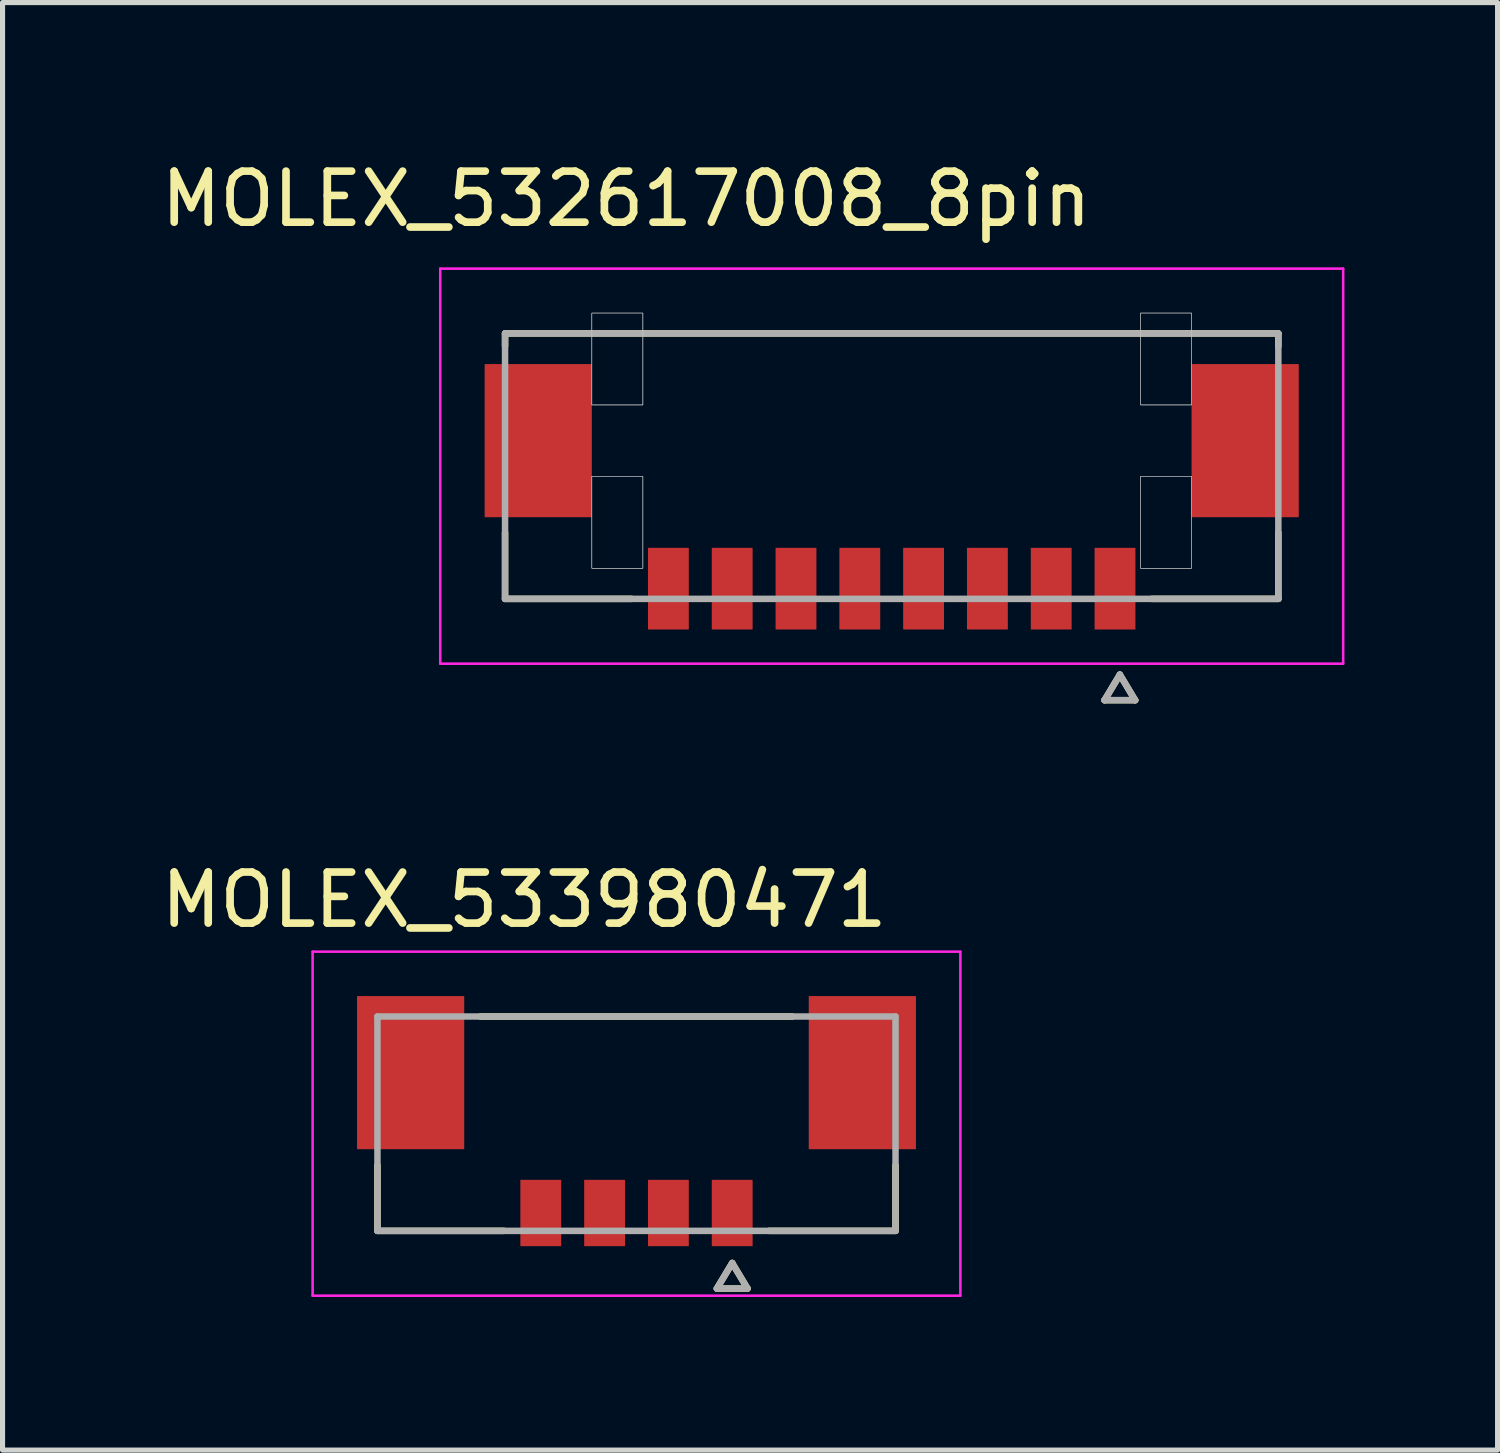
<source format=kicad_pcb>
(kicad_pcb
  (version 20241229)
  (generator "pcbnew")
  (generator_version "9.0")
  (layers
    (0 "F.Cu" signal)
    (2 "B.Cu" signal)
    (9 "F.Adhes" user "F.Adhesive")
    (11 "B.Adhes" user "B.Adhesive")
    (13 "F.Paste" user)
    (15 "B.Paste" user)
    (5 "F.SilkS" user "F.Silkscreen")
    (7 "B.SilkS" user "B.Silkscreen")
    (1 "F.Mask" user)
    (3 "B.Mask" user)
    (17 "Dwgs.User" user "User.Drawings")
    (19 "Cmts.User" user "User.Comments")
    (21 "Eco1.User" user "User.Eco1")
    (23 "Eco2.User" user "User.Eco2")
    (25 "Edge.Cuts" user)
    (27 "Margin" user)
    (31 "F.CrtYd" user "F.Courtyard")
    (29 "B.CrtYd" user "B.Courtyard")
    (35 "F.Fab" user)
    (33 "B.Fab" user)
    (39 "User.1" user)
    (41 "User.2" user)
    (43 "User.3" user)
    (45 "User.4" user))
  (footprint "MOLEX_533980471"
    (layer "F.Cu")
    (at 9.42 18.965)
    (property "Reference" "MOLEX_533980471" (at -2.2 -4.385 0) (layer "F.SilkS") (effects (font (size 1 1) (thickness 0.15))))
    (attr through_hole)
    (fp_poly (pts (xy -5.551 -2.576) (xy -3.299 -2.576) (xy -3.299 0.576) (xy -5.551 0.576)) (stroke (width 0.01) (type solid)) (fill yes) (layer "F.Mask"))
    (fp_poly (pts (xy -2.351 1.024) (xy -1.399 1.024) (xy -1.399 2.476) (xy -2.351 2.476)) (stroke (width 0.01) (type solid)) (fill yes) (layer "F.Mask"))
    (fp_poly (pts (xy -1.101 1.024) (xy -0.149 1.024) (xy -0.149 2.476) (xy -1.101 2.476)) (stroke (width 0.01) (type solid)) (fill yes) (layer "F.Mask"))
    (fp_poly (pts (xy 0.149 1.024) (xy 1.101 1.024) (xy 1.101 2.476) (xy 0.149 2.476)) (stroke (width 0.01) (type solid)) (fill yes) (layer "F.Mask"))
    (fp_poly (pts (xy 1.399 1.024) (xy 2.351 1.024) (xy 2.351 2.476) (xy 1.399 2.476)) (stroke (width 0.01) (type solid)) (fill yes) (layer "F.Mask"))
    (fp_poly (pts (xy 3.299 -2.576) (xy 5.551 -2.576) (xy 5.551 0.576) (xy 3.299 0.576)) (stroke (width 0.01) (type solid)) (fill yes) (layer "F.Mask"))
    (fp_line (start -5.075 2.1) (end -5.075 0.82) (stroke (width 0.127) (type solid)) (layer "F.SilkS"))
    (fp_line (start -2.595 2.1) (end -5.075 2.1) (stroke (width 0.127) (type solid)) (layer "F.SilkS"))
    (fp_line (start 1.575 3.23) (end 1.875 2.73) (stroke (width 0.127) (type solid)) (layer "F.SilkS"))
    (fp_line (start 1.875 2.73) (end 2.175 3.23) (stroke (width 0.127) (type solid)) (layer "F.SilkS"))
    (fp_line (start 2.175 3.23) (end 1.575 3.23) (stroke (width 0.127) (type solid)) (layer "F.SilkS"))
    (fp_line (start 3.055 -2.1) (end -3.055 -2.1) (stroke (width 0.127) (type solid)) (layer "F.SilkS"))
    (fp_line (start 5.075 0.82) (end 5.075 2.1) (stroke (width 0.127) (type solid)) (layer "F.SilkS"))
    (fp_line (start 5.075 2.1) (end 2.595 2.1) (stroke (width 0.127) (type solid)) (layer "F.SilkS"))
    (fp_line (start -6.345 -3.37) (end 6.345 -3.37) (stroke (width 0.05) (type solid)) (layer "F.CrtYd"))
    (fp_line (start -6.345 3.37) (end -6.345 -3.37) (stroke (width 0.05) (type solid)) (layer "F.CrtYd"))
    (fp_line (start -6.345 3.37) (end 6.345 3.37) (stroke (width 0.05) (type solid)) (layer "F.CrtYd"))
    (fp_line (start 6.345 -3.37) (end 6.345 3.37) (stroke (width 0.05) (type solid)) (layer "F.CrtYd"))
    (fp_line (start -5.075 -2.1) (end 5.075 -2.1) (stroke (width 0.127) (type solid)) (layer "F.Fab"))
    (fp_line (start -5.075 2.1) (end -5.075 -2.1) (stroke (width 0.127) (type solid)) (layer "F.Fab"))
    (fp_line (start 1.575 3.23) (end 1.875 2.73) (stroke (width 0.127) (type solid)) (layer "F.Fab"))
    (fp_line (start 1.875 2.73) (end 2.175 3.23) (stroke (width 0.127) (type solid)) (layer "F.Fab"))
    (fp_line (start 2.175 3.23) (end 1.575 3.23) (stroke (width 0.127) (type solid)) (layer "F.Fab"))
    (fp_line (start 5.075 -2.1) (end 5.075 2.1) (stroke (width 0.127) (type solid)) (layer "F.Fab"))
    (fp_line (start 5.075 2.1) (end -5.075 2.1) (stroke (width 0.127) (type solid)) (layer "F.Fab"))
    (pad "1" smd rect (at 1.875 1.75) (size 0.8 1.3) (layers "F.Cu" "F.Paste"))
    (pad "2" smd rect (at 0.625 1.75) (size 0.8 1.3) (layers "F.Cu" "F.Paste"))
    (pad "3" smd rect (at -0.625 1.75) (size 0.8 1.3) (layers "F.Cu" "F.Paste"))
    (pad "4" smd rect (at -1.875 1.75) (size 0.8 1.3) (layers "F.Cu" "F.Paste"))
    (pad "S1" smd rect (at -4.425 -1) (size 2.1 3) (layers "F.Cu" "F.Paste"))
    (pad "S2" smd rect (at 4.425 -1) (size 2.1 3) (layers "F.Cu" "F.Paste")))
  (footprint "MOLEX_532617008_8pin"
    (layer "F.Cu")
    (at 14.42 6.083)
    (property "Reference" "MOLEX_532617008_8pin" (at -5.2 -5.235 0) (layer "F.SilkS") (effects (font (size 1 1) (thickness 0.15))))
    (attr through_hole)
    (fp_poly (pts (xy -8.051 -2.076) (xy -5.799 -2.076) (xy -5.799 1.076) (xy -8.051 1.076)) (stroke (width 0.01) (type solid)) (fill yes) (layer "F.Mask"))
    (fp_poly (pts (xy -4.851 1.524) (xy -3.899 1.524) (xy -3.899 3.276) (xy -4.851 3.276)) (stroke (width 0.01) (type solid)) (fill yes) (layer "F.Mask"))
    (fp_poly (pts (xy -3.601 1.524) (xy -2.649 1.524) (xy -2.649 3.276) (xy -3.601 3.276)) (stroke (width 0.01) (type solid)) (fill yes) (layer "F.Mask"))
    (fp_poly (pts (xy -2.351 1.524) (xy -1.399 1.524) (xy -1.399 3.276) (xy -2.351 3.276)) (stroke (width 0.01) (type solid)) (fill yes) (layer "F.Mask"))
    (fp_poly (pts (xy -1.101 1.524) (xy -0.149 1.524) (xy -0.149 3.276) (xy -1.101 3.276)) (stroke (width 0.01) (type solid)) (fill yes) (layer "F.Mask"))
    (fp_poly (pts (xy 0.149 1.524) (xy 1.101 1.524) (xy 1.101 3.276) (xy 0.149 3.276)) (stroke (width 0.01) (type solid)) (fill yes) (layer "F.Mask"))
    (fp_poly (pts (xy 1.399 1.524) (xy 2.351 1.524) (xy 2.351 3.276) (xy 1.399 3.276)) (stroke (width 0.01) (type solid)) (fill yes) (layer "F.Mask"))
    (fp_poly (pts (xy 2.649 1.524) (xy 3.601 1.524) (xy 3.601 3.276) (xy 2.649 3.276)) (stroke (width 0.01) (type solid)) (fill yes) (layer "F.Mask"))
    (fp_poly (pts (xy 3.899 1.524) (xy 4.851 1.524) (xy 4.851 3.276) (xy 3.899 3.276)) (stroke (width 0.01) (type solid)) (fill yes) (layer "F.Mask"))
    (fp_poly (pts (xy 5.799 -2.076) (xy 8.051 -2.076) (xy 8.051 1.076) (xy 5.799 1.076)) (stroke (width 0.01) (type solid)) (fill yes) (layer "F.Mask"))
    (fp_line (start -7.575 -2.6) (end -7.575 -2.35) (stroke (width 0.127) (type solid)) (layer "F.SilkS"))
    (fp_line (start -7.575 2.6) (end -7.575 1.3) (stroke (width 0.127) (type solid)) (layer "F.SilkS"))
    (fp_line (start -5.095 2.6) (end -7.575 2.6) (stroke (width 0.127) (type solid)) (layer "F.SilkS"))
    (fp_line (start 4.17 4.585) (end 4.47 4.085) (stroke (width 0.127) (type solid)) (layer "F.SilkS"))
    (fp_line (start 4.47 4.085) (end 4.77 4.585) (stroke (width 0.127) (type solid)) (layer "F.SilkS"))
    (fp_line (start 4.77 4.585) (end 4.17 4.585) (stroke (width 0.127) (type solid)) (layer "F.SilkS"))
    (fp_line (start 7.575 -2.6) (end -7.575 -2.6) (stroke (width 0.127) (type solid)) (layer "F.SilkS"))
    (fp_line (start 7.575 -2.6) (end 7.575 -2.35) (stroke (width 0.127) (type solid)) (layer "F.SilkS"))
    (fp_line (start 7.575 1.3) (end 7.575 2.6) (stroke (width 0.127) (type solid)) (layer "F.SilkS"))
    (fp_line (start 7.575 2.6) (end 5.095 2.6) (stroke (width 0.127) (type solid)) (layer "F.SilkS"))
    (fp_poly (pts (xy -5.875 -3) (xy -4.875 -3) (xy -4.875 -1.2) (xy -5.875 -1.2)) (stroke (width 0.01) (type solid)) (fill no) (layer "Dwgs.User"))
    (fp_poly (pts (xy -5.875 -3) (xy -4.875 -3) (xy -4.875 -1.2) (xy -5.875 -1.2)) (stroke (width 0.01) (type solid)) (fill no) (layer "Dwgs.User"))
    (fp_poly (pts (xy -5.875 0.2) (xy -4.875 0.2) (xy -4.875 2) (xy -5.875 2)) (stroke (width 0.01) (type solid)) (fill no) (layer "Dwgs.User"))
    (fp_poly (pts (xy -5.875 0.2) (xy -4.875 0.2) (xy -4.875 2) (xy -5.875 2)) (stroke (width 0.01) (type solid)) (fill no) (layer "Dwgs.User"))
    (fp_poly (pts (xy 4.875 -3) (xy 5.875 -3) (xy 5.875 -1.2) (xy 4.875 -1.2)) (stroke (width 0.01) (type solid)) (fill no) (layer "Dwgs.User"))
    (fp_poly (pts (xy 4.875 -3) (xy 5.875 -3) (xy 5.875 -1.2) (xy 4.875 -1.2)) (stroke (width 0.01) (type solid)) (fill no) (layer "Dwgs.User"))
    (fp_poly (pts (xy 4.875 0.2) (xy 5.875 0.2) (xy 5.875 2) (xy 4.875 2)) (stroke (width 0.01) (type solid)) (fill no) (layer "Dwgs.User"))
    (fp_poly (pts (xy 4.875 0.2) (xy 5.875 0.2) (xy 5.875 2) (xy 4.875 2)) (stroke (width 0.01) (type solid)) (fill no) (layer "Dwgs.User"))
    (fp_line (start -8.845 -3.87) (end 8.845 -3.87) (stroke (width 0.05) (type solid)) (layer "F.CrtYd"))
    (fp_line (start -8.845 3.87) (end -8.845 -3.87) (stroke (width 0.05) (type solid)) (layer "F.CrtYd"))
    (fp_line (start -8.845 3.87) (end 8.845 3.87) (stroke (width 0.05) (type solid)) (layer "F.CrtYd"))
    (fp_line (start 8.845 -3.87) (end 8.845 3.87) (stroke (width 0.05) (type solid)) (layer "F.CrtYd"))
    (fp_line (start -7.575 -2.6) (end 7.575 -2.6) (stroke (width 0.127) (type solid)) (layer "F.Fab"))
    (fp_line (start -7.575 2.6) (end -7.575 -2.6) (stroke (width 0.127) (type solid)) (layer "F.Fab"))
    (fp_line (start 4.17 4.585) (end 4.47 4.085) (stroke (width 0.127) (type solid)) (layer "F.Fab"))
    (fp_line (start 4.47 4.085) (end 4.77 4.585) (stroke (width 0.127) (type solid)) (layer "F.Fab"))
    (fp_line (start 4.77 4.585) (end 4.17 4.585) (stroke (width 0.127) (type solid)) (layer "F.Fab"))
    (fp_line (start 7.575 -2.6) (end 7.575 2.6) (stroke (width 0.127) (type solid)) (layer "F.Fab"))
    (fp_line (start 7.575 2.6) (end -7.575 2.6) (stroke (width 0.127) (type solid)) (layer "F.Fab"))
    (pad "1" smd rect (at 4.375 2.4) (size 0.8 1.6) (layers "F.Cu" "F.Paste"))
    (pad "2" smd rect (at 3.125 2.4) (size 0.8 1.6) (layers "F.Cu" "F.Paste"))
    (pad "3" smd rect (at 1.875 2.4) (size 0.8 1.6) (layers "F.Cu" "F.Paste"))
    (pad "4" smd rect (at 0.625 2.4) (size 0.8 1.6) (layers "F.Cu" "F.Paste"))
    (pad "5" smd rect (at -0.625 2.4) (size 0.8 1.6) (layers "F.Cu" "F.Paste"))
    (pad "6" smd rect (at -1.875 2.4) (size 0.8 1.6) (layers "F.Cu" "F.Paste"))
    (pad "7" smd rect (at -3.125 2.4) (size 0.8 1.6) (layers "F.Cu" "F.Paste"))
    (pad "8" smd rect (at -4.375 2.4) (size 0.8 1.6) (layers "F.Cu" "F.Paste"))
    (pad "S1" smd rect (at 6.925 -0.5) (size 2.1 3) (layers "F.Cu" "F.Paste"))
    (pad "S2" smd rect (at -6.925 -0.5) (size 2.1 3) (layers "F.Cu" "F.Paste")))
  (gr_rect
    (start -3 -3)
    (end 26.29 25.36)
    (stroke (width 0.1) (type default))
    (fill no)
    (layer "Edge.Cuts")))
</source>
